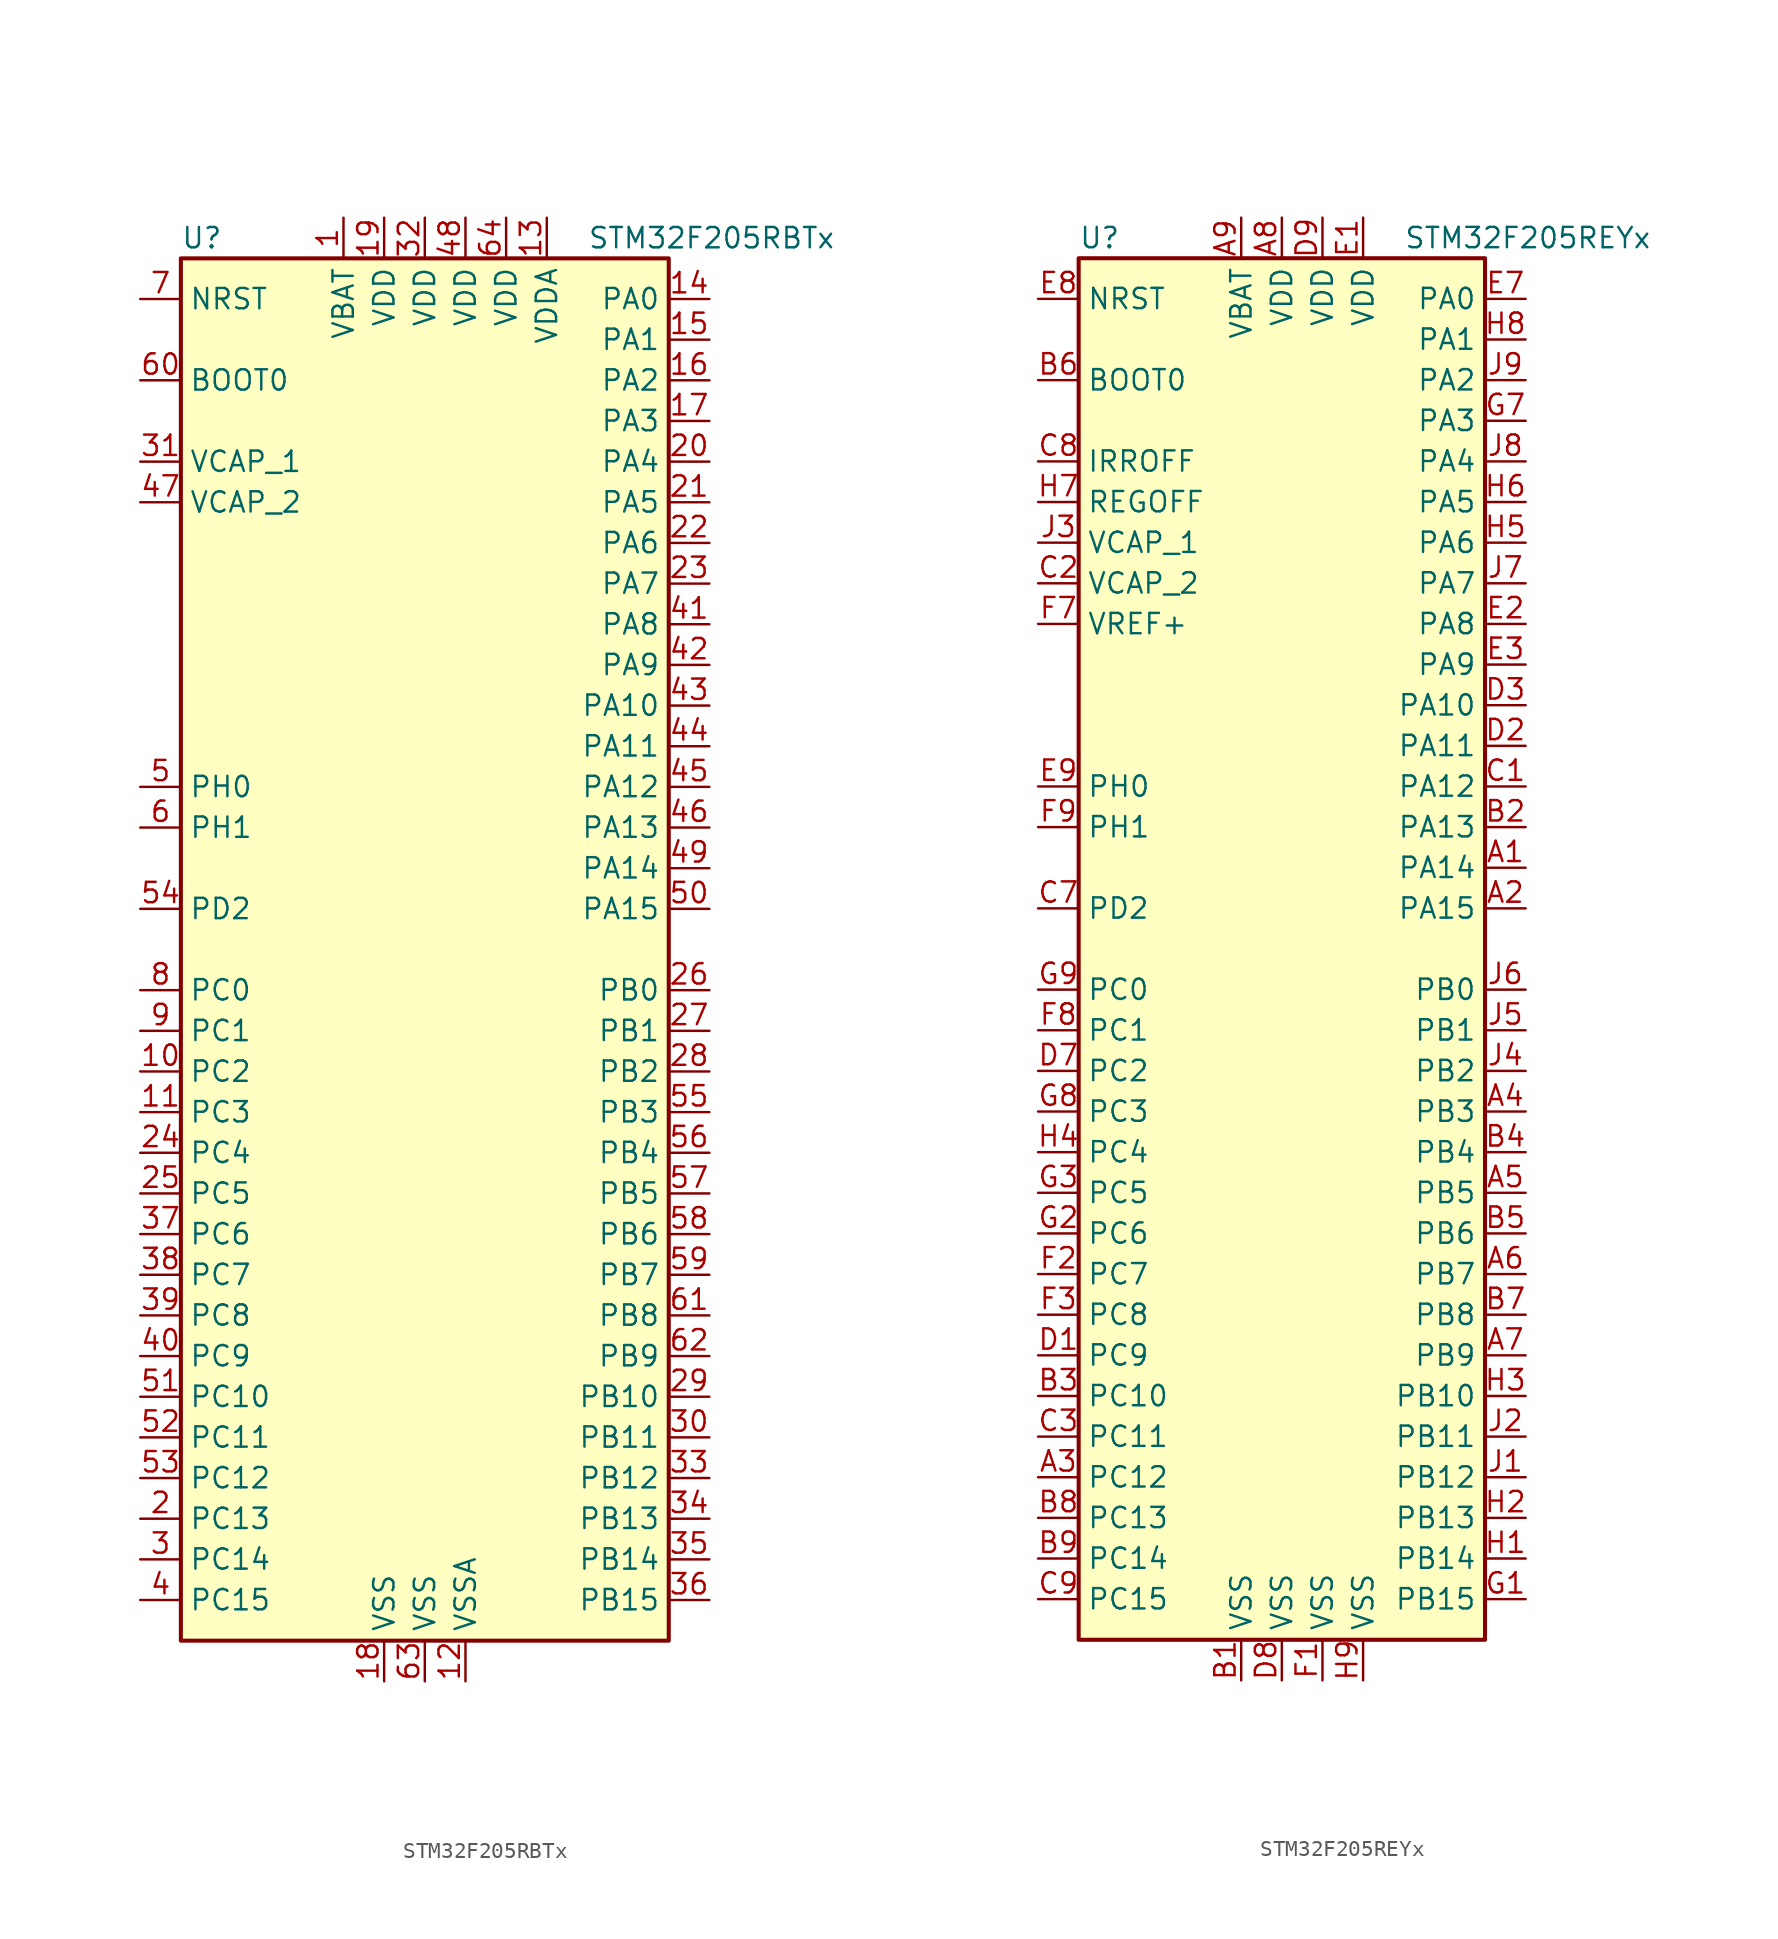
<source format=kicad_sym>
(kicad_symbol_lib
  (version 20211014)
  (generator kicad_symbol_editor)
  (symbol "STM32F205RBTx"
    (property "Reference" "U"
      (at -15.24 44.45 0)
      (effects (font (size 1.27 1.27)) (justify left)))
    (property "Value" "STM32F205RBTx"
      (at 10.16 44.45 0)
      (effects (font (size 1.27 1.27)) (justify left)))
    (symbol "STM32F205RBTx_0_1"
      (rectangle (start -15.24 -43.18) (end 15.24 43.18) (stroke (width 0.254) (type default) (color 0 0 0 0)) (fill (type background))))
    (symbol "STM32F205RBTx_1_1"
      (pin power_in line (at -5.08 45.72 270) (length 2.54) (name "VBAT" (effects (font (size 1.27 1.27)))) (number "1" (effects (font (size 1.27 1.27)))))
      (pin bidirectional line (at -17.78 -7.62 0) (length 2.54) (name "PC2" (effects (font (size 1.27 1.27)))) (number "10" (effects (font (size 1.27 1.27)))))
      (pin bidirectional line (at -17.78 -10.16 0) (length 2.54) (name "PC3" (effects (font (size 1.27 1.27)))) (number "11" (effects (font (size 1.27 1.27)))))
      (pin power_in line (at 2.54 -45.72 90) (length 2.54) (name "VSSA" (effects (font (size 1.27 1.27)))) (number "12" (effects (font (size 1.27 1.27)))))
      (pin power_in line (at 7.62 45.72 270) (length 2.54) (name "VDDA" (effects (font (size 1.27 1.27)))) (number "13" (effects (font (size 1.27 1.27)))))
      (pin bidirectional line (at 17.78 40.64 180) (length 2.54) (name "PA0" (effects (font (size 1.27 1.27)))) (number "14" (effects (font (size 1.27 1.27)))))
      (pin bidirectional line (at 17.78 38.1 180) (length 2.54) (name "PA1" (effects (font (size 1.27 1.27)))) (number "15" (effects (font (size 1.27 1.27)))))
      (pin bidirectional line (at 17.78 35.56 180) (length 2.54) (name "PA2" (effects (font (size 1.27 1.27)))) (number "16" (effects (font (size 1.27 1.27)))))
      (pin bidirectional line (at 17.78 33.02 180) (length 2.54) (name "PA3" (effects (font (size 1.27 1.27)))) (number "17" (effects (font (size 1.27 1.27)))))
      (pin power_in line (at -2.54 -45.72 90) (length 2.54) (name "VSS" (effects (font (size 1.27 1.27)))) (number "18" (effects (font (size 1.27 1.27)))))
      (pin power_in line (at -2.54 45.72 270) (length 2.54) (name "VDD" (effects (font (size 1.27 1.27)))) (number "19" (effects (font (size 1.27 1.27)))))
      (pin bidirectional line (at -17.78 -35.56 0) (length 2.54) (name "PC13" (effects (font (size 1.27 1.27)))) (number "2" (effects (font (size 1.27 1.27)))))
      (pin bidirectional line (at 17.78 30.48 180) (length 2.54) (name "PA4" (effects (font (size 1.27 1.27)))) (number "20" (effects (font (size 1.27 1.27)))))
      (pin bidirectional line (at 17.78 27.94 180) (length 2.54) (name "PA5" (effects (font (size 1.27 1.27)))) (number "21" (effects (font (size 1.27 1.27)))))
      (pin bidirectional line (at 17.78 25.4 180) (length 2.54) (name "PA6" (effects (font (size 1.27 1.27)))) (number "22" (effects (font (size 1.27 1.27)))))
      (pin bidirectional line (at 17.78 22.86 180) (length 2.54) (name "PA7" (effects (font (size 1.27 1.27)))) (number "23" (effects (font (size 1.27 1.27)))))
      (pin bidirectional line (at -17.78 -12.7 0) (length 2.54) (name "PC4" (effects (font (size 1.27 1.27)))) (number "24" (effects (font (size 1.27 1.27)))))
      (pin bidirectional line (at -17.78 -15.24 0) (length 2.54) (name "PC5" (effects (font (size 1.27 1.27)))) (number "25" (effects (font (size 1.27 1.27)))))
      (pin bidirectional line (at 17.78 -2.54 180) (length 2.54) (name "PB0" (effects (font (size 1.27 1.27)))) (number "26" (effects (font (size 1.27 1.27)))))
      (pin bidirectional line (at 17.78 -5.08 180) (length 2.54) (name "PB1" (effects (font (size 1.27 1.27)))) (number "27" (effects (font (size 1.27 1.27)))))
      (pin bidirectional line (at 17.78 -7.62 180) (length 2.54) (name "PB2" (effects (font (size 1.27 1.27)))) (number "28" (effects (font (size 1.27 1.27)))))
      (pin bidirectional line (at 17.78 -27.94 180) (length 2.54) (name "PB10" (effects (font (size 1.27 1.27)))) (number "29" (effects (font (size 1.27 1.27)))))
      (pin bidirectional line (at -17.78 -38.1 0) (length 2.54) (name "PC14" (effects (font (size 1.27 1.27)))) (number "3" (effects (font (size 1.27 1.27)))))
      (pin bidirectional line (at 17.78 -30.48 180) (length 2.54) (name "PB11" (effects (font (size 1.27 1.27)))) (number "30" (effects (font (size 1.27 1.27)))))
      (pin power_in line (at -17.78 30.48 0) (length 2.54) (name "VCAP_1" (effects (font (size 1.27 1.27)))) (number "31" (effects (font (size 1.27 1.27)))))
      (pin power_in line (at 0 45.72 270) (length 2.54) (name "VDD" (effects (font (size 1.27 1.27)))) (number "32" (effects (font (size 1.27 1.27)))))
      (pin bidirectional line (at 17.78 -33.02 180) (length 2.54) (name "PB12" (effects (font (size 1.27 1.27)))) (number "33" (effects (font (size 1.27 1.27)))))
      (pin bidirectional line (at 17.78 -35.56 180) (length 2.54) (name "PB13" (effects (font (size 1.27 1.27)))) (number "34" (effects (font (size 1.27 1.27)))))
      (pin bidirectional line (at 17.78 -38.1 180) (length 2.54) (name "PB14" (effects (font (size 1.27 1.27)))) (number "35" (effects (font (size 1.27 1.27)))))
      (pin bidirectional line (at 17.78 -40.64 180) (length 2.54) (name "PB15" (effects (font (size 1.27 1.27)))) (number "36" (effects (font (size 1.27 1.27)))))
      (pin bidirectional line (at -17.78 -17.78 0) (length 2.54) (name "PC6" (effects (font (size 1.27 1.27)))) (number "37" (effects (font (size 1.27 1.27)))))
      (pin bidirectional line (at -17.78 -20.32 0) (length 2.54) (name "PC7" (effects (font (size 1.27 1.27)))) (number "38" (effects (font (size 1.27 1.27)))))
      (pin bidirectional line (at -17.78 -22.86 0) (length 2.54) (name "PC8" (effects (font (size 1.27 1.27)))) (number "39" (effects (font (size 1.27 1.27)))))
      (pin bidirectional line (at -17.78 -40.64 0) (length 2.54) (name "PC15" (effects (font (size 1.27 1.27)))) (number "4" (effects (font (size 1.27 1.27)))))
      (pin bidirectional line (at -17.78 -25.4 0) (length 2.54) (name "PC9" (effects (font (size 1.27 1.27)))) (number "40" (effects (font (size 1.27 1.27)))))
      (pin bidirectional line (at 17.78 20.32 180) (length 2.54) (name "PA8" (effects (font (size 1.27 1.27)))) (number "41" (effects (font (size 1.27 1.27)))))
      (pin bidirectional line (at 17.78 17.78 180) (length 2.54) (name "PA9" (effects (font (size 1.27 1.27)))) (number "42" (effects (font (size 1.27 1.27)))))
      (pin bidirectional line (at 17.78 15.24 180) (length 2.54) (name "PA10" (effects (font (size 1.27 1.27)))) (number "43" (effects (font (size 1.27 1.27)))))
      (pin bidirectional line (at 17.78 12.7 180) (length 2.54) (name "PA11" (effects (font (size 1.27 1.27)))) (number "44" (effects (font (size 1.27 1.27)))))
      (pin bidirectional line (at 17.78 10.16 180) (length 2.54) (name "PA12" (effects (font (size 1.27 1.27)))) (number "45" (effects (font (size 1.27 1.27)))))
      (pin bidirectional line (at 17.78 7.62 180) (length 2.54) (name "PA13" (effects (font (size 1.27 1.27)))) (number "46" (effects (font (size 1.27 1.27)))))
      (pin power_in line (at -17.78 27.94 0) (length 2.54) (name "VCAP_2" (effects (font (size 1.27 1.27)))) (number "47" (effects (font (size 1.27 1.27)))))
      (pin power_in line (at 2.54 45.72 270) (length 2.54) (name "VDD" (effects (font (size 1.27 1.27)))) (number "48" (effects (font (size 1.27 1.27)))))
      (pin bidirectional line (at 17.78 5.08 180) (length 2.54) (name "PA14" (effects (font (size 1.27 1.27)))) (number "49" (effects (font (size 1.27 1.27)))))
      (pin input line (at -17.78 10.16 0) (length 2.54) (name "PH0" (effects (font (size 1.27 1.27)))) (number "5" (effects (font (size 1.27 1.27)))))
      (pin bidirectional line (at 17.78 2.54 180) (length 2.54) (name "PA15" (effects (font (size 1.27 1.27)))) (number "50" (effects (font (size 1.27 1.27)))))
      (pin bidirectional line (at -17.78 -27.94 0) (length 2.54) (name "PC10" (effects (font (size 1.27 1.27)))) (number "51" (effects (font (size 1.27 1.27)))))
      (pin bidirectional line (at -17.78 -30.48 0) (length 2.54) (name "PC11" (effects (font (size 1.27 1.27)))) (number "52" (effects (font (size 1.27 1.27)))))
      (pin bidirectional line (at -17.78 -33.02 0) (length 2.54) (name "PC12" (effects (font (size 1.27 1.27)))) (number "53" (effects (font (size 1.27 1.27)))))
      (pin bidirectional line (at -17.78 2.54 0) (length 2.54) (name "PD2" (effects (font (size 1.27 1.27)))) (number "54" (effects (font (size 1.27 1.27)))))
      (pin bidirectional line (at 17.78 -10.16 180) (length 2.54) (name "PB3" (effects (font (size 1.27 1.27)))) (number "55" (effects (font (size 1.27 1.27)))))
      (pin bidirectional line (at 17.78 -12.7 180) (length 2.54) (name "PB4" (effects (font (size 1.27 1.27)))) (number "56" (effects (font (size 1.27 1.27)))))
      (pin bidirectional line (at 17.78 -15.24 180) (length 2.54) (name "PB5" (effects (font (size 1.27 1.27)))) (number "57" (effects (font (size 1.27 1.27)))))
      (pin bidirectional line (at 17.78 -17.78 180) (length 2.54) (name "PB6" (effects (font (size 1.27 1.27)))) (number "58" (effects (font (size 1.27 1.27)))))
      (pin bidirectional line (at 17.78 -20.32 180) (length 2.54) (name "PB7" (effects (font (size 1.27 1.27)))) (number "59" (effects (font (size 1.27 1.27)))))
      (pin input line (at -17.78 7.62 0) (length 2.54) (name "PH1" (effects (font (size 1.27 1.27)))) (number "6" (effects (font (size 1.27 1.27)))))
      (pin input line (at -17.78 35.56 0) (length 2.54) (name "BOOT0" (effects (font (size 1.27 1.27)))) (number "60" (effects (font (size 1.27 1.27)))))
      (pin bidirectional line (at 17.78 -22.86 180) (length 2.54) (name "PB8" (effects (font (size 1.27 1.27)))) (number "61" (effects (font (size 1.27 1.27)))))
      (pin bidirectional line (at 17.78 -25.4 180) (length 2.54) (name "PB9" (effects (font (size 1.27 1.27)))) (number "62" (effects (font (size 1.27 1.27)))))
      (pin power_in line (at 0 -45.72 90) (length 2.54) (name "VSS" (effects (font (size 1.27 1.27)))) (number "63" (effects (font (size 1.27 1.27)))))
      (pin power_in line (at 5.08 45.72 270) (length 2.54) (name "VDD" (effects (font (size 1.27 1.27)))) (number "64" (effects (font (size 1.27 1.27)))))
      (pin input line (at -17.78 40.64 0) (length 2.54) (name "NRST" (effects (font (size 1.27 1.27)))) (number "7" (effects (font (size 1.27 1.27)))))
      (pin bidirectional line (at -17.78 -2.54 0) (length 2.54) (name "PC0" (effects (font (size 1.27 1.27)))) (number "8" (effects (font (size 1.27 1.27)))))
      (pin bidirectional line (at -17.78 -5.08 0) (length 2.54) (name "PC1" (effects (font (size 1.27 1.27)))) (number "9" (effects (font (size 1.27 1.27)))))))
  (symbol "STM32F205REYx"
    (property "Reference" "U"
      (at -12.7 44.45 0)
      (effects (font (size 1.27 1.27)) (justify left)))
    (property "Value" "STM32F205REYx"
      (at 7.62 44.45 0)
      (effects (font (size 1.27 1.27)) (justify left)))
    (symbol "STM32F205REYx_0_1"
      (rectangle (start -12.7 -43.18) (end 12.7 43.18) (stroke (width 0.254) (type default) (color 0 0 0 0)) (fill (type background))))
    (symbol "STM32F205REYx_1_1"
      (pin bidirectional line (at 15.24 5.08 180) (length 2.54) (name "PA14" (effects (font (size 1.27 1.27)))) (number "A1" (effects (font (size 1.27 1.27)))))
      (pin bidirectional line (at 15.24 2.54 180) (length 2.54) (name "PA15" (effects (font (size 1.27 1.27)))) (number "A2" (effects (font (size 1.27 1.27)))))
      (pin bidirectional line (at -15.24 -33.02 0) (length 2.54) (name "PC12" (effects (font (size 1.27 1.27)))) (number "A3" (effects (font (size 1.27 1.27)))))
      (pin bidirectional line (at 15.24 -10.16 180) (length 2.54) (name "PB3" (effects (font (size 1.27 1.27)))) (number "A4" (effects (font (size 1.27 1.27)))))
      (pin bidirectional line (at 15.24 -15.24 180) (length 2.54) (name "PB5" (effects (font (size 1.27 1.27)))) (number "A5" (effects (font (size 1.27 1.27)))))
      (pin bidirectional line (at 15.24 -20.32 180) (length 2.54) (name "PB7" (effects (font (size 1.27 1.27)))) (number "A6" (effects (font (size 1.27 1.27)))))
      (pin bidirectional line (at 15.24 -25.4 180) (length 2.54) (name "PB9" (effects (font (size 1.27 1.27)))) (number "A7" (effects (font (size 1.27 1.27)))))
      (pin power_in line (at 0 45.72 270) (length 2.54) (name "VDD" (effects (font (size 1.27 1.27)))) (number "A8" (effects (font (size 1.27 1.27)))))
      (pin power_in line (at -2.54 45.72 270) (length 2.54) (name "VBAT" (effects (font (size 1.27 1.27)))) (number "A9" (effects (font (size 1.27 1.27)))))
      (pin power_in line (at -2.54 -45.72 90) (length 2.54) (name "VSS" (effects (font (size 1.27 1.27)))) (number "B1" (effects (font (size 1.27 1.27)))))
      (pin bidirectional line (at 15.24 7.62 180) (length 2.54) (name "PA13" (effects (font (size 1.27 1.27)))) (number "B2" (effects (font (size 1.27 1.27)))))
      (pin bidirectional line (at -15.24 -27.94 0) (length 2.54) (name "PC10" (effects (font (size 1.27 1.27)))) (number "B3" (effects (font (size 1.27 1.27)))))
      (pin bidirectional line (at 15.24 -12.7 180) (length 2.54) (name "PB4" (effects (font (size 1.27 1.27)))) (number "B4" (effects (font (size 1.27 1.27)))))
      (pin bidirectional line (at 15.24 -17.78 180) (length 2.54) (name "PB6" (effects (font (size 1.27 1.27)))) (number "B5" (effects (font (size 1.27 1.27)))))
      (pin input line (at -15.24 35.56 0) (length 2.54) (name "BOOT0" (effects (font (size 1.27 1.27)))) (number "B6" (effects (font (size 1.27 1.27)))))
      (pin bidirectional line (at 15.24 -22.86 180) (length 2.54) (name "PB8" (effects (font (size 1.27 1.27)))) (number "B7" (effects (font (size 1.27 1.27)))))
      (pin bidirectional line (at -15.24 -35.56 0) (length 2.54) (name "PC13" (effects (font (size 1.27 1.27)))) (number "B8" (effects (font (size 1.27 1.27)))))
      (pin bidirectional line (at -15.24 -38.1 0) (length 2.54) (name "PC14" (effects (font (size 1.27 1.27)))) (number "B9" (effects (font (size 1.27 1.27)))))
      (pin bidirectional line (at 15.24 10.16 180) (length 2.54) (name "PA12" (effects (font (size 1.27 1.27)))) (number "C1" (effects (font (size 1.27 1.27)))))
      (pin power_in line (at -15.24 22.86 0) (length 2.54) (name "VCAP_2" (effects (font (size 1.27 1.27)))) (number "C2" (effects (font (size 1.27 1.27)))))
      (pin bidirectional line (at -15.24 -30.48 0) (length 2.54) (name "PC11" (effects (font (size 1.27 1.27)))) (number "C3" (effects (font (size 1.27 1.27)))))
      (pin bidirectional line (at -15.24 2.54 0) (length 2.54) (name "PD2" (effects (font (size 1.27 1.27)))) (number "C7" (effects (font (size 1.27 1.27)))))
      (pin power_in line (at -15.24 30.48 0) (length 2.54) (name "IRROFF" (effects (font (size 1.27 1.27)))) (number "C8" (effects (font (size 1.27 1.27)))))
      (pin bidirectional line (at -15.24 -40.64 0) (length 2.54) (name "PC15" (effects (font (size 1.27 1.27)))) (number "C9" (effects (font (size 1.27 1.27)))))
      (pin bidirectional line (at -15.24 -25.4 0) (length 2.54) (name "PC9" (effects (font (size 1.27 1.27)))) (number "D1" (effects (font (size 1.27 1.27)))))
      (pin bidirectional line (at 15.24 12.7 180) (length 2.54) (name "PA11" (effects (font (size 1.27 1.27)))) (number "D2" (effects (font (size 1.27 1.27)))))
      (pin bidirectional line (at 15.24 15.24 180) (length 2.54) (name "PA10" (effects (font (size 1.27 1.27)))) (number "D3" (effects (font (size 1.27 1.27)))))
      (pin bidirectional line (at -15.24 -7.62 0) (length 2.54) (name "PC2" (effects (font (size 1.27 1.27)))) (number "D7" (effects (font (size 1.27 1.27)))))
      (pin power_in line (at 0 -45.72 90) (length 2.54) (name "VSS" (effects (font (size 1.27 1.27)))) (number "D8" (effects (font (size 1.27 1.27)))))
      (pin power_in line (at 2.54 45.72 270) (length 2.54) (name "VDD" (effects (font (size 1.27 1.27)))) (number "D9" (effects (font (size 1.27 1.27)))))
      (pin power_in line (at 5.08 45.72 270) (length 2.54) (name "VDD" (effects (font (size 1.27 1.27)))) (number "E1" (effects (font (size 1.27 1.27)))))
      (pin bidirectional line (at 15.24 20.32 180) (length 2.54) (name "PA8" (effects (font (size 1.27 1.27)))) (number "E2" (effects (font (size 1.27 1.27)))))
      (pin bidirectional line (at 15.24 17.78 180) (length 2.54) (name "PA9" (effects (font (size 1.27 1.27)))) (number "E3" (effects (font (size 1.27 1.27)))))
      (pin bidirectional line (at 15.24 40.64 180) (length 2.54) (name "PA0" (effects (font (size 1.27 1.27)))) (number "E7" (effects (font (size 1.27 1.27)))))
      (pin input line (at -15.24 40.64 0) (length 2.54) (name "NRST" (effects (font (size 1.27 1.27)))) (number "E8" (effects (font (size 1.27 1.27)))))
      (pin input line (at -15.24 10.16 0) (length 2.54) (name "PH0" (effects (font (size 1.27 1.27)))) (number "E9" (effects (font (size 1.27 1.27)))))
      (pin power_in line (at 2.54 -45.72 90) (length 2.54) (name "VSS" (effects (font (size 1.27 1.27)))) (number "F1" (effects (font (size 1.27 1.27)))))
      (pin bidirectional line (at -15.24 -20.32 0) (length 2.54) (name "PC7" (effects (font (size 1.27 1.27)))) (number "F2" (effects (font (size 1.27 1.27)))))
      (pin bidirectional line (at -15.24 -22.86 0) (length 2.54) (name "PC8" (effects (font (size 1.27 1.27)))) (number "F3" (effects (font (size 1.27 1.27)))))
      (pin power_in line (at -15.24 20.32 0) (length 2.54) (name "VREF+" (effects (font (size 1.27 1.27)))) (number "F7" (effects (font (size 1.27 1.27)))))
      (pin bidirectional line (at -15.24 -5.08 0) (length 2.54) (name "PC1" (effects (font (size 1.27 1.27)))) (number "F8" (effects (font (size 1.27 1.27)))))
      (pin input line (at -15.24 7.62 0) (length 2.54) (name "PH1" (effects (font (size 1.27 1.27)))) (number "F9" (effects (font (size 1.27 1.27)))))
      (pin bidirectional line (at 15.24 -40.64 180) (length 2.54) (name "PB15" (effects (font (size 1.27 1.27)))) (number "G1" (effects (font (size 1.27 1.27)))))
      (pin bidirectional line (at -15.24 -17.78 0) (length 2.54) (name "PC6" (effects (font (size 1.27 1.27)))) (number "G2" (effects (font (size 1.27 1.27)))))
      (pin bidirectional line (at -15.24 -15.24 0) (length 2.54) (name "PC5" (effects (font (size 1.27 1.27)))) (number "G3" (effects (font (size 1.27 1.27)))))
      (pin bidirectional line (at 15.24 33.02 180) (length 2.54) (name "PA3" (effects (font (size 1.27 1.27)))) (number "G7" (effects (font (size 1.27 1.27)))))
      (pin bidirectional line (at -15.24 -10.16 0) (length 2.54) (name "PC3" (effects (font (size 1.27 1.27)))) (number "G8" (effects (font (size 1.27 1.27)))))
      (pin bidirectional line (at -15.24 -2.54 0) (length 2.54) (name "PC0" (effects (font (size 1.27 1.27)))) (number "G9" (effects (font (size 1.27 1.27)))))
      (pin bidirectional line (at 15.24 -38.1 180) (length 2.54) (name "PB14" (effects (font (size 1.27 1.27)))) (number "H1" (effects (font (size 1.27 1.27)))))
      (pin bidirectional line (at 15.24 -35.56 180) (length 2.54) (name "PB13" (effects (font (size 1.27 1.27)))) (number "H2" (effects (font (size 1.27 1.27)))))
      (pin bidirectional line (at 15.24 -27.94 180) (length 2.54) (name "PB10" (effects (font (size 1.27 1.27)))) (number "H3" (effects (font (size 1.27 1.27)))))
      (pin bidirectional line (at -15.24 -12.7 0) (length 2.54) (name "PC4" (effects (font (size 1.27 1.27)))) (number "H4" (effects (font (size 1.27 1.27)))))
      (pin bidirectional line (at 15.24 25.4 180) (length 2.54) (name "PA6" (effects (font (size 1.27 1.27)))) (number "H5" (effects (font (size 1.27 1.27)))))
      (pin bidirectional line (at 15.24 27.94 180) (length 2.54) (name "PA5" (effects (font (size 1.27 1.27)))) (number "H6" (effects (font (size 1.27 1.27)))))
      (pin power_in line (at -15.24 27.94 0) (length 2.54) (name "REGOFF" (effects (font (size 1.27 1.27)))) (number "H7" (effects (font (size 1.27 1.27)))))
      (pin bidirectional line (at 15.24 38.1 180) (length 2.54) (name "PA1" (effects (font (size 1.27 1.27)))) (number "H8" (effects (font (size 1.27 1.27)))))
      (pin power_in line (at 5.08 -45.72 90) (length 2.54) (name "VSS" (effects (font (size 1.27 1.27)))) (number "H9" (effects (font (size 1.27 1.27)))))
      (pin bidirectional line (at 15.24 -33.02 180) (length 2.54) (name "PB12" (effects (font (size 1.27 1.27)))) (number "J1" (effects (font (size 1.27 1.27)))))
      (pin bidirectional line (at 15.24 -30.48 180) (length 2.54) (name "PB11" (effects (font (size 1.27 1.27)))) (number "J2" (effects (font (size 1.27 1.27)))))
      (pin power_in line (at -15.24 25.4 0) (length 2.54) (name "VCAP_1" (effects (font (size 1.27 1.27)))) (number "J3" (effects (font (size 1.27 1.27)))))
      (pin bidirectional line (at 15.24 -7.62 180) (length 2.54) (name "PB2" (effects (font (size 1.27 1.27)))) (number "J4" (effects (font (size 1.27 1.27)))))
      (pin bidirectional line (at 15.24 -5.08 180) (length 2.54) (name "PB1" (effects (font (size 1.27 1.27)))) (number "J5" (effects (font (size 1.27 1.27)))))
      (pin bidirectional line (at 15.24 -2.54 180) (length 2.54) (name "PB0" (effects (font (size 1.27 1.27)))) (number "J6" (effects (font (size 1.27 1.27)))))
      (pin bidirectional line (at 15.24 22.86 180) (length 2.54) (name "PA7" (effects (font (size 1.27 1.27)))) (number "J7" (effects (font (size 1.27 1.27)))))
      (pin bidirectional line (at 15.24 30.48 180) (length 2.54) (name "PA4" (effects (font (size 1.27 1.27)))) (number "J8" (effects (font (size 1.27 1.27)))))
      (pin bidirectional line (at 15.24 35.56 180) (length 2.54) (name "PA2" (effects (font (size 1.27 1.27)))) (number "J9" (effects (font (size 1.27 1.27))))))))
</source>
